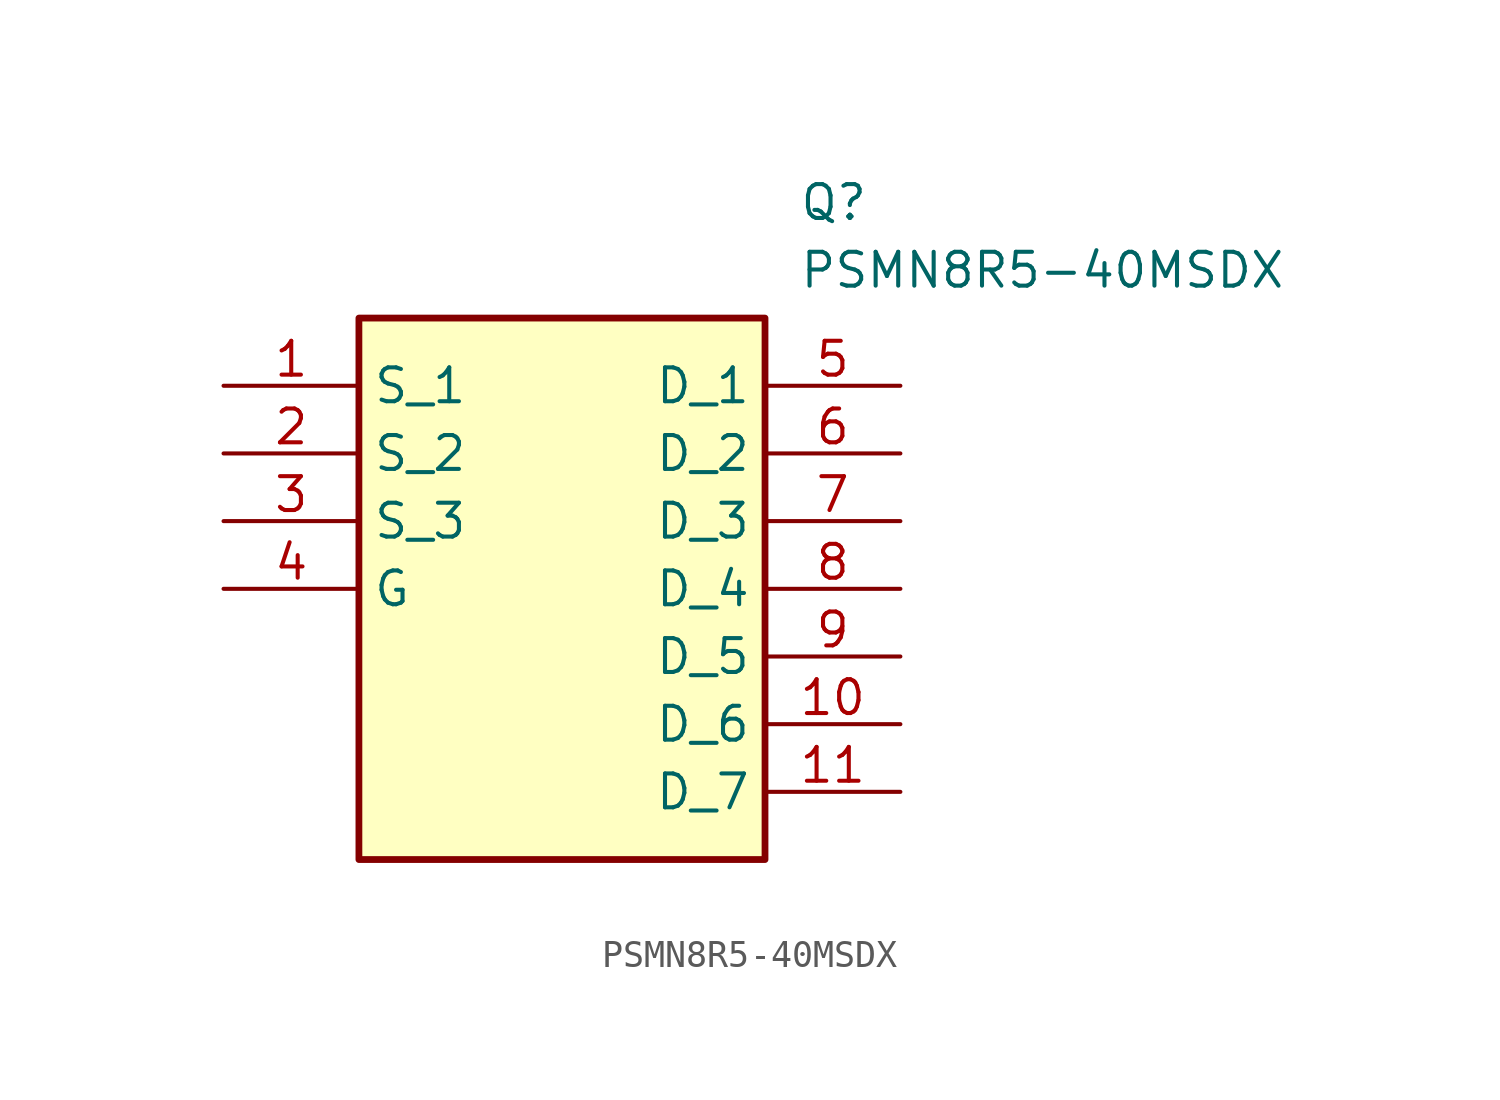
<source format=kicad_sym>
(kicad_symbol_lib
  (version 20241209)
  (generator "kicad_symbol_editor")
  (generator_version "9.0")
  (symbol "PSMN8R5-40MSDX"
    (property "Reference" "Q"
      (at 21.59 7.62 0)
      (effects (font (size 1.27 1.27)) (justify left top)))
    (property "Value" "PSMN8R5-40MSDX"
      (at 21.59 5.08 0)
      (effects (font (size 1.27 1.27)) (justify left top)))
    (symbol "PSMN8R5-40MSDX_1_1"
      (rectangle (start 5.08 2.54) (end 20.32 -17.78) (stroke (width 0.254) (type default)) (fill (type background)))
      (pin passive line (at 0 0 0) (length 5.08) (name "S_1" (effects (font (size 1.27 1.27)))) (number "1" (effects (font (size 1.27 1.27)))))
      (pin passive line (at 0 -2.54 0) (length 5.08) (name "S_2" (effects (font (size 1.27 1.27)))) (number "2" (effects (font (size 1.27 1.27)))))
      (pin passive line (at 0 -5.08 0) (length 5.08) (name "S_3" (effects (font (size 1.27 1.27)))) (number "3" (effects (font (size 1.27 1.27)))))
      (pin passive line (at 0 -7.62 0) (length 5.08) (name "G" (effects (font (size 1.27 1.27)))) (number "4" (effects (font (size 1.27 1.27)))))
      (pin passive line (at 25.4 0 180) (length 5.08) (name "D_1" (effects (font (size 1.27 1.27)))) (number "5" (effects (font (size 1.27 1.27)))))
      (pin passive line (at 25.4 -2.54 180) (length 5.08) (name "D_2" (effects (font (size 1.27 1.27)))) (number "6" (effects (font (size 1.27 1.27)))))
      (pin passive line (at 25.4 -5.08 180) (length 5.08) (name "D_3" (effects (font (size 1.27 1.27)))) (number "7" (effects (font (size 1.27 1.27)))))
      (pin passive line (at 25.4 -7.62 180) (length 5.08) (name "D_4" (effects (font (size 1.27 1.27)))) (number "8" (effects (font (size 1.27 1.27)))))
      (pin passive line (at 25.4 -10.16 180) (length 5.08) (name "D_5" (effects (font (size 1.27 1.27)))) (number "9" (effects (font (size 1.27 1.27)))))
      (pin passive line (at 25.4 -12.7 180) (length 5.08) (name "D_6" (effects (font (size 1.27 1.27)))) (number "10" (effects (font (size 1.27 1.27)))))
      (pin passive line (at 25.4 -15.24 180) (length 5.08) (name "D_7" (effects (font (size 1.27 1.27)))) (number "11" (effects (font (size 1.27 1.27))))))))
</source>
